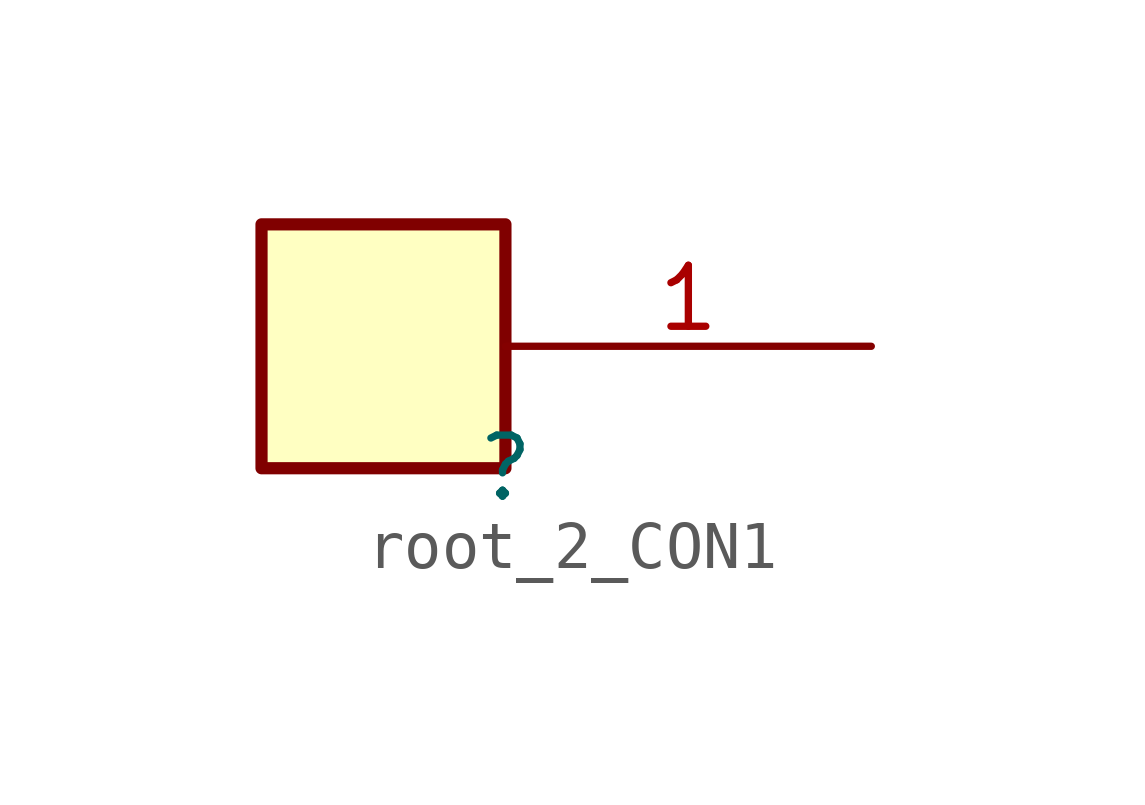
<source format=kicad_sym>
(kicad_symbol_lib
  (version 20231120)
  (generator "kicad_symbol_editor")
  (generator_version "8.0")
  (symbol "root_2_CON1"
    (property "Reference" ""
      (at 0 0 0)
      (effects (font (size 1.27 1.27))))
    (property "Value" ""
      (at 0 0 0)
      (effects (font (size 1.27 1.27))))
    (symbol "root_2_CON1_1_0"
      (rectangle (start 0 5.08) (end -5.08 0) (stroke (width 0.254) (type solid) (color 128 0 0 1)) (fill (type background)))
      (pin passive line (at 7.62 2.54 180) (length 7.62) (name "1" (effects (font (size 0 0)))) (number "1" (effects (font (size 1.27 1.27))))))))
</source>
